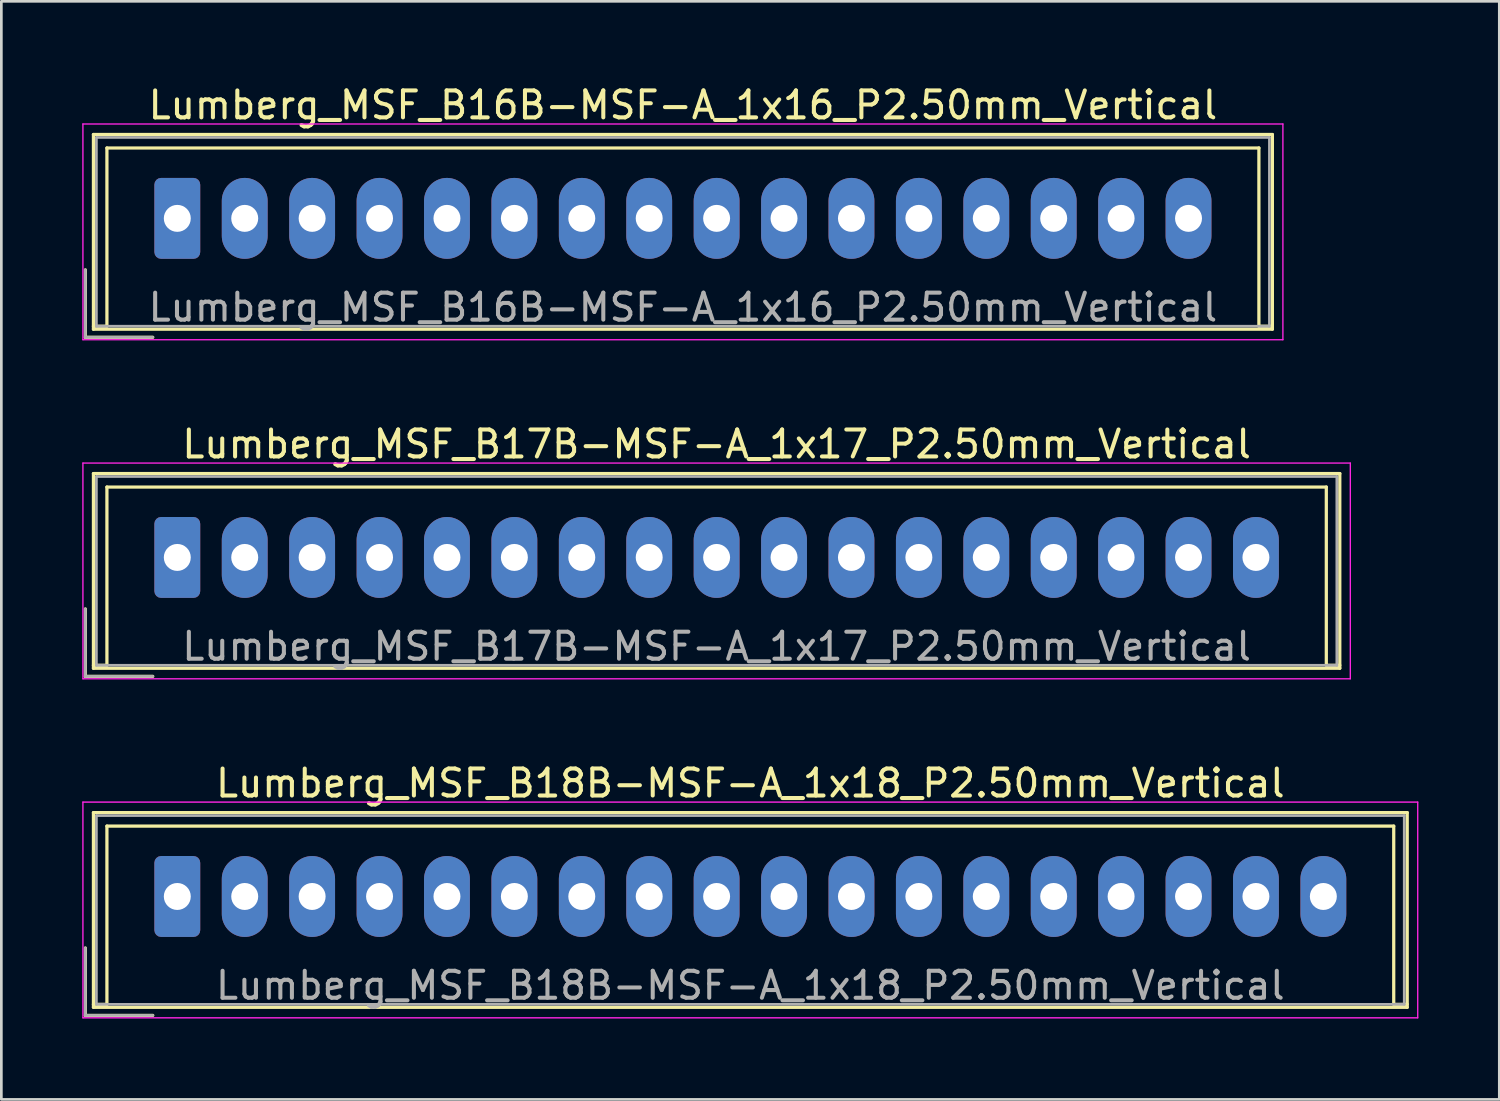
<source format=kicad_pcb>
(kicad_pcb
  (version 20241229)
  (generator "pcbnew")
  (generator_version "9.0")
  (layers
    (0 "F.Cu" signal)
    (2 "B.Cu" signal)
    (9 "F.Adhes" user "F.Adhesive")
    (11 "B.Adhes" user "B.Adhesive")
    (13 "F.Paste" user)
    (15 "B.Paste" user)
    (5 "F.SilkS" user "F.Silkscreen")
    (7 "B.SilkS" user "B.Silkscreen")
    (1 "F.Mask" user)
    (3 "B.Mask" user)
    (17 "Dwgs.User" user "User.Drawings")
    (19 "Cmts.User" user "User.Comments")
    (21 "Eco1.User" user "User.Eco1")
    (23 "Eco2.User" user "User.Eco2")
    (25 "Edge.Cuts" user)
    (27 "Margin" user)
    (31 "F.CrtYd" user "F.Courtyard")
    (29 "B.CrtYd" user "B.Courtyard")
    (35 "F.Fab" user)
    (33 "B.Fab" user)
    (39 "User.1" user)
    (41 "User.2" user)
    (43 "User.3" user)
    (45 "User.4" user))
  (footprint "Lumberg_MSF_B16B-MSF-A_1x16_P2.50mm_Vertical"
    (layer "F.Cu")
    (at 3.525 5.048)
    (property "Reference" "Lumberg_MSF_B16B-MSF-A_1x16_P2.50mm_Vertical" (at 18.75 -4.2 0) (layer "F.SilkS") (effects (font (size 1 1) (thickness 0.15))))
    (attr through_hole)
    (fp_line (start -3.41 1.91) (end -3.41 4.41) (stroke (width 0.12) (type solid)) (layer "F.SilkS"))
    (fp_line (start -3.41 4.41) (end -0.91 4.41) (stroke (width 0.12) (type solid)) (layer "F.SilkS"))
    (fp_line (start -3.11 -3.11) (end -3.11 4.11) (stroke (width 0.12) (type solid)) (layer "F.SilkS"))
    (fp_line (start -3.11 4) (end -2.61 4) (stroke (width 0.12) (type solid)) (layer "F.SilkS"))
    (fp_line (start -3.11 4.11) (end 40.61 4.11) (stroke (width 0.12) (type solid)) (layer "F.SilkS"))
    (fp_line (start -2.61 -2.61) (end 40.11 -2.61) (stroke (width 0.12) (type solid)) (layer "F.SilkS"))
    (fp_line (start -2.61 4) (end -2.61 -2.61) (stroke (width 0.12) (type solid)) (layer "F.SilkS"))
    (fp_line (start 40.11 -2.61) (end 40.11 4) (stroke (width 0.12) (type solid)) (layer "F.SilkS"))
    (fp_line (start 40.11 4) (end 40.61 4) (stroke (width 0.12) (type solid)) (layer "F.SilkS"))
    (fp_line (start 40.61 -3.11) (end -3.11 -3.11) (stroke (width 0.12) (type solid)) (layer "F.SilkS"))
    (fp_line (start 40.61 4.11) (end 40.61 -3.11) (stroke (width 0.12) (type solid)) (layer "F.SilkS"))
    (fp_line (start -3.5 -3.5) (end -3.5 4.5) (stroke (width 0.05) (type solid)) (layer "F.CrtYd"))
    (fp_line (start -3.5 4.5) (end 41 4.5) (stroke (width 0.05) (type solid)) (layer "F.CrtYd"))
    (fp_line (start 41 -3.5) (end -3.5 -3.5) (stroke (width 0.05) (type solid)) (layer "F.CrtYd"))
    (fp_line (start 41 4.5) (end 41 -3.5) (stroke (width 0.05) (type solid)) (layer "F.CrtYd"))
    (fp_line (start -3.41 1.91) (end -3.41 4.41) (stroke (width 0.1) (type solid)) (layer "F.Fab"))
    (fp_line (start -3.41 4.41) (end -0.91 4.41) (stroke (width 0.1) (type solid)) (layer "F.Fab"))
    (fp_line (start -3 -3) (end -3 4) (stroke (width 0.1) (type solid)) (layer "F.Fab"))
    (fp_line (start -3 4) (end 40.5 4) (stroke (width 0.1) (type solid)) (layer "F.Fab"))
    (fp_line (start 40.5 -3) (end -3 -3) (stroke (width 0.1) (type solid)) (layer "F.Fab"))
    (fp_line (start 40.5 4) (end 40.5 -3) (stroke (width 0.1) (type solid)) (layer "F.Fab"))
    (fp_text user "${REFERENCE}" (at 18.75 3.3 0) (layer "F.Fab") (effects (font (size 1 1) (thickness 0.15))))
    (pad "1" thru_hole roundrect (at 0 0) (size 1.7 3) (drill 1) (layers "*.Cu" "*.Mask") (roundrect_rratio 0.147))
    (pad "2" thru_hole oval (at 2.5 0) (size 1.7 3) (drill 1) (layers "*.Cu" "*.Mask"))
    (pad "3" thru_hole oval (at 5 0) (size 1.7 3) (drill 1) (layers "*.Cu" "*.Mask"))
    (pad "4" thru_hole oval (at 7.5 0) (size 1.7 3) (drill 1) (layers "*.Cu" "*.Mask"))
    (pad "5" thru_hole oval (at 10 0) (size 1.7 3) (drill 1) (layers "*.Cu" "*.Mask"))
    (pad "6" thru_hole oval (at 12.5 0) (size 1.7 3) (drill 1) (layers "*.Cu" "*.Mask"))
    (pad "7" thru_hole oval (at 15 0) (size 1.7 3) (drill 1) (layers "*.Cu" "*.Mask"))
    (pad "8" thru_hole oval (at 17.5 0) (size 1.7 3) (drill 1) (layers "*.Cu" "*.Mask"))
    (pad "9" thru_hole oval (at 20 0) (size 1.7 3) (drill 1) (layers "*.Cu" "*.Mask"))
    (pad "10" thru_hole oval (at 22.5 0) (size 1.7 3) (drill 1) (layers "*.Cu" "*.Mask"))
    (pad "11" thru_hole oval (at 25 0) (size 1.7 3) (drill 1) (layers "*.Cu" "*.Mask"))
    (pad "12" thru_hole oval (at 27.5 0) (size 1.7 3) (drill 1) (layers "*.Cu" "*.Mask"))
    (pad "13" thru_hole oval (at 30 0) (size 1.7 3) (drill 1) (layers "*.Cu" "*.Mask"))
    (pad "14" thru_hole oval (at 32.5 0) (size 1.7 3) (drill 1) (layers "*.Cu" "*.Mask"))
    (pad "15" thru_hole oval (at 35 0) (size 1.7 3) (drill 1) (layers "*.Cu" "*.Mask"))
    (pad "16" thru_hole oval (at 37.5 0) (size 1.7 3) (drill 1) (layers "*.Cu" "*.Mask")))
  (footprint "Lumberg_MSF_B18B-MSF-A_1x18_P2.50mm_Vertical"
    (layer "F.Cu")
    (at 3.525 30.195)
    (property "Reference" "Lumberg_MSF_B18B-MSF-A_1x18_P2.50mm_Vertical" (at 21.25 -4.2 0) (layer "F.SilkS") (effects (font (size 1 1) (thickness 0.15))))
    (attr through_hole)
    (fp_line (start -3.41 1.91) (end -3.41 4.41) (stroke (width 0.12) (type solid)) (layer "F.SilkS"))
    (fp_line (start -3.41 4.41) (end -0.91 4.41) (stroke (width 0.12) (type solid)) (layer "F.SilkS"))
    (fp_line (start -3.11 -3.11) (end -3.11 4.11) (stroke (width 0.12) (type solid)) (layer "F.SilkS"))
    (fp_line (start -3.11 4) (end -2.61 4) (stroke (width 0.12) (type solid)) (layer "F.SilkS"))
    (fp_line (start -3.11 4.11) (end 45.61 4.11) (stroke (width 0.12) (type solid)) (layer "F.SilkS"))
    (fp_line (start -2.61 -2.61) (end 45.11 -2.61) (stroke (width 0.12) (type solid)) (layer "F.SilkS"))
    (fp_line (start -2.61 4) (end -2.61 -2.61) (stroke (width 0.12) (type solid)) (layer "F.SilkS"))
    (fp_line (start 45.11 -2.61) (end 45.11 4) (stroke (width 0.12) (type solid)) (layer "F.SilkS"))
    (fp_line (start 45.11 4) (end 45.61 4) (stroke (width 0.12) (type solid)) (layer "F.SilkS"))
    (fp_line (start 45.61 -3.11) (end -3.11 -3.11) (stroke (width 0.12) (type solid)) (layer "F.SilkS"))
    (fp_line (start 45.61 4.11) (end 45.61 -3.11) (stroke (width 0.12) (type solid)) (layer "F.SilkS"))
    (fp_line (start -3.5 -3.5) (end -3.5 4.5) (stroke (width 0.05) (type solid)) (layer "F.CrtYd"))
    (fp_line (start -3.5 4.5) (end 46 4.5) (stroke (width 0.05) (type solid)) (layer "F.CrtYd"))
    (fp_line (start 46 -3.5) (end -3.5 -3.5) (stroke (width 0.05) (type solid)) (layer "F.CrtYd"))
    (fp_line (start 46 4.5) (end 46 -3.5) (stroke (width 0.05) (type solid)) (layer "F.CrtYd"))
    (fp_line (start -3.41 1.91) (end -3.41 4.41) (stroke (width 0.1) (type solid)) (layer "F.Fab"))
    (fp_line (start -3.41 4.41) (end -0.91 4.41) (stroke (width 0.1) (type solid)) (layer "F.Fab"))
    (fp_line (start -3 -3) (end -3 4) (stroke (width 0.1) (type solid)) (layer "F.Fab"))
    (fp_line (start -3 4) (end 45.5 4) (stroke (width 0.1) (type solid)) (layer "F.Fab"))
    (fp_line (start 45.5 -3) (end -3 -3) (stroke (width 0.1) (type solid)) (layer "F.Fab"))
    (fp_line (start 45.5 4) (end 45.5 -3) (stroke (width 0.1) (type solid)) (layer "F.Fab"))
    (fp_text user "${REFERENCE}" (at 21.25 3.3 0) (layer "F.Fab") (effects (font (size 1 1) (thickness 0.15))))
    (pad "1" thru_hole roundrect (at 0 0) (size 1.7 3) (drill 1) (layers "*.Cu" "*.Mask") (roundrect_rratio 0.147))
    (pad "2" thru_hole oval (at 2.5 0) (size 1.7 3) (drill 1) (layers "*.Cu" "*.Mask"))
    (pad "3" thru_hole oval (at 5 0) (size 1.7 3) (drill 1) (layers "*.Cu" "*.Mask"))
    (pad "4" thru_hole oval (at 7.5 0) (size 1.7 3) (drill 1) (layers "*.Cu" "*.Mask"))
    (pad "5" thru_hole oval (at 10 0) (size 1.7 3) (drill 1) (layers "*.Cu" "*.Mask"))
    (pad "6" thru_hole oval (at 12.5 0) (size 1.7 3) (drill 1) (layers "*.Cu" "*.Mask"))
    (pad "7" thru_hole oval (at 15 0) (size 1.7 3) (drill 1) (layers "*.Cu" "*.Mask"))
    (pad "8" thru_hole oval (at 17.5 0) (size 1.7 3) (drill 1) (layers "*.Cu" "*.Mask"))
    (pad "9" thru_hole oval (at 20 0) (size 1.7 3) (drill 1) (layers "*.Cu" "*.Mask"))
    (pad "10" thru_hole oval (at 22.5 0) (size 1.7 3) (drill 1) (layers "*.Cu" "*.Mask"))
    (pad "11" thru_hole oval (at 25 0) (size 1.7 3) (drill 1) (layers "*.Cu" "*.Mask"))
    (pad "12" thru_hole oval (at 27.5 0) (size 1.7 3) (drill 1) (layers "*.Cu" "*.Mask"))
    (pad "13" thru_hole oval (at 30 0) (size 1.7 3) (drill 1) (layers "*.Cu" "*.Mask"))
    (pad "14" thru_hole oval (at 32.5 0) (size 1.7 3) (drill 1) (layers "*.Cu" "*.Mask"))
    (pad "15" thru_hole oval (at 35 0) (size 1.7 3) (drill 1) (layers "*.Cu" "*.Mask"))
    (pad "16" thru_hole oval (at 37.5 0) (size 1.7 3) (drill 1) (layers "*.Cu" "*.Mask"))
    (pad "17" thru_hole oval (at 40 0) (size 1.7 3) (drill 1) (layers "*.Cu" "*.Mask"))
    (pad "18" thru_hole oval (at 42.5 0) (size 1.7 3) (drill 1) (layers "*.Cu" "*.Mask")))
  (footprint "Lumberg_MSF_B17B-MSF-A_1x17_P2.50mm_Vertical"
    (layer "F.Cu")
    (at 3.525 17.622)
    (property "Reference" "Lumberg_MSF_B17B-MSF-A_1x17_P2.50mm_Vertical" (at 20 -4.2 0) (layer "F.SilkS") (effects (font (size 1 1) (thickness 0.15))))
    (attr through_hole)
    (fp_line (start -3.41 1.91) (end -3.41 4.41) (stroke (width 0.12) (type solid)) (layer "F.SilkS"))
    (fp_line (start -3.41 4.41) (end -0.91 4.41) (stroke (width 0.12) (type solid)) (layer "F.SilkS"))
    (fp_line (start -3.11 -3.11) (end -3.11 4.11) (stroke (width 0.12) (type solid)) (layer "F.SilkS"))
    (fp_line (start -3.11 4) (end -2.61 4) (stroke (width 0.12) (type solid)) (layer "F.SilkS"))
    (fp_line (start -3.11 4.11) (end 43.11 4.11) (stroke (width 0.12) (type solid)) (layer "F.SilkS"))
    (fp_line (start -2.61 -2.61) (end 42.61 -2.61) (stroke (width 0.12) (type solid)) (layer "F.SilkS"))
    (fp_line (start -2.61 4) (end -2.61 -2.61) (stroke (width 0.12) (type solid)) (layer "F.SilkS"))
    (fp_line (start 42.61 -2.61) (end 42.61 4) (stroke (width 0.12) (type solid)) (layer "F.SilkS"))
    (fp_line (start 42.61 4) (end 43.11 4) (stroke (width 0.12) (type solid)) (layer "F.SilkS"))
    (fp_line (start 43.11 -3.11) (end -3.11 -3.11) (stroke (width 0.12) (type solid)) (layer "F.SilkS"))
    (fp_line (start 43.11 4.11) (end 43.11 -3.11) (stroke (width 0.12) (type solid)) (layer "F.SilkS"))
    (fp_line (start -3.5 -3.5) (end -3.5 4.5) (stroke (width 0.05) (type solid)) (layer "F.CrtYd"))
    (fp_line (start -3.5 4.5) (end 43.5 4.5) (stroke (width 0.05) (type solid)) (layer "F.CrtYd"))
    (fp_line (start 43.5 -3.5) (end -3.5 -3.5) (stroke (width 0.05) (type solid)) (layer "F.CrtYd"))
    (fp_line (start 43.5 4.5) (end 43.5 -3.5) (stroke (width 0.05) (type solid)) (layer "F.CrtYd"))
    (fp_line (start -3.41 1.91) (end -3.41 4.41) (stroke (width 0.1) (type solid)) (layer "F.Fab"))
    (fp_line (start -3.41 4.41) (end -0.91 4.41) (stroke (width 0.1) (type solid)) (layer "F.Fab"))
    (fp_line (start -3 -3) (end -3 4) (stroke (width 0.1) (type solid)) (layer "F.Fab"))
    (fp_line (start -3 4) (end 43 4) (stroke (width 0.1) (type solid)) (layer "F.Fab"))
    (fp_line (start 43 -3) (end -3 -3) (stroke (width 0.1) (type solid)) (layer "F.Fab"))
    (fp_line (start 43 4) (end 43 -3) (stroke (width 0.1) (type solid)) (layer "F.Fab"))
    (fp_text user "${REFERENCE}" (at 20 3.3 0) (layer "F.Fab") (effects (font (size 1 1) (thickness 0.15))))
    (pad "1" thru_hole roundrect (at 0 0) (size 1.7 3) (drill 1) (layers "*.Cu" "*.Mask") (roundrect_rratio 0.147))
    (pad "2" thru_hole oval (at 2.5 0) (size 1.7 3) (drill 1) (layers "*.Cu" "*.Mask"))
    (pad "3" thru_hole oval (at 5 0) (size 1.7 3) (drill 1) (layers "*.Cu" "*.Mask"))
    (pad "4" thru_hole oval (at 7.5 0) (size 1.7 3) (drill 1) (layers "*.Cu" "*.Mask"))
    (pad "5" thru_hole oval (at 10 0) (size 1.7 3) (drill 1) (layers "*.Cu" "*.Mask"))
    (pad "6" thru_hole oval (at 12.5 0) (size 1.7 3) (drill 1) (layers "*.Cu" "*.Mask"))
    (pad "7" thru_hole oval (at 15 0) (size 1.7 3) (drill 1) (layers "*.Cu" "*.Mask"))
    (pad "8" thru_hole oval (at 17.5 0) (size 1.7 3) (drill 1) (layers "*.Cu" "*.Mask"))
    (pad "9" thru_hole oval (at 20 0) (size 1.7 3) (drill 1) (layers "*.Cu" "*.Mask"))
    (pad "10" thru_hole oval (at 22.5 0) (size 1.7 3) (drill 1) (layers "*.Cu" "*.Mask"))
    (pad "11" thru_hole oval (at 25 0) (size 1.7 3) (drill 1) (layers "*.Cu" "*.Mask"))
    (pad "12" thru_hole oval (at 27.5 0) (size 1.7 3) (drill 1) (layers "*.Cu" "*.Mask"))
    (pad "13" thru_hole oval (at 30 0) (size 1.7 3) (drill 1) (layers "*.Cu" "*.Mask"))
    (pad "14" thru_hole oval (at 32.5 0) (size 1.7 3) (drill 1) (layers "*.Cu" "*.Mask"))
    (pad "15" thru_hole oval (at 35 0) (size 1.7 3) (drill 1) (layers "*.Cu" "*.Mask"))
    (pad "16" thru_hole oval (at 37.5 0) (size 1.7 3) (drill 1) (layers "*.Cu" "*.Mask"))
    (pad "17" thru_hole oval (at 40 0) (size 1.7 3) (drill 1) (layers "*.Cu" "*.Mask")))
  (gr_rect
    (start -3 -3)
    (end 52.55 37.72)
    (stroke (width 0.1) (type default))
    (fill no)
    (layer "Edge.Cuts")))
</source>
